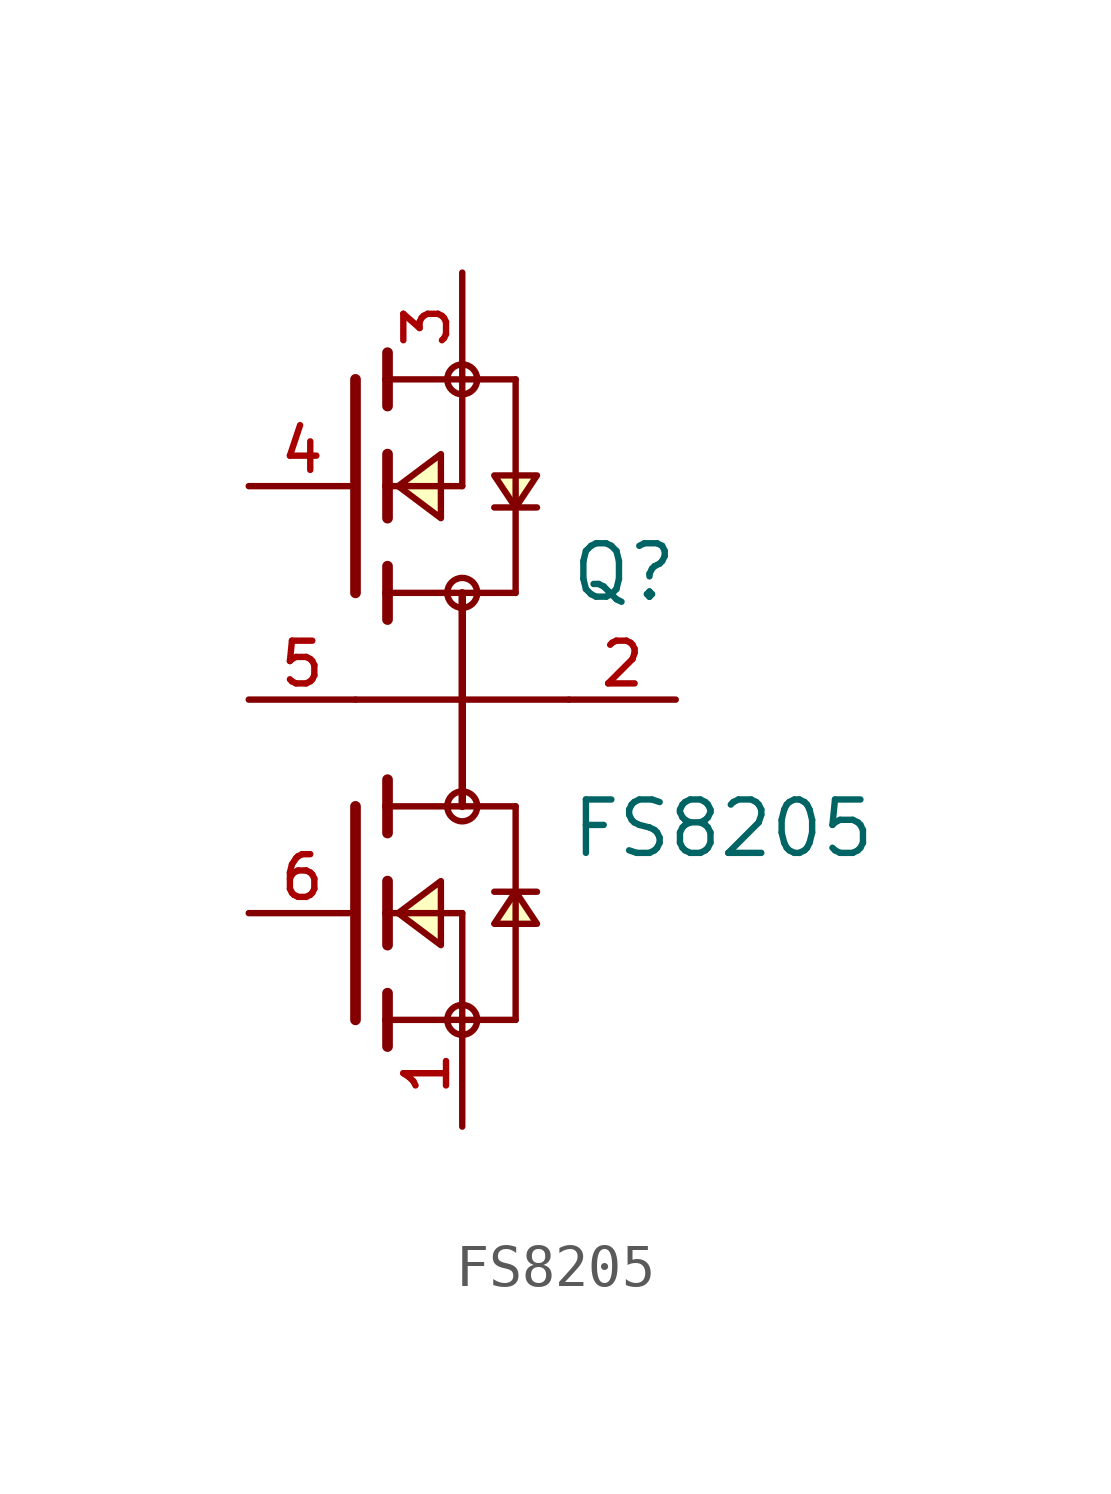
<source format=kicad_sym>
(kicad_symbol_lib
  (version 20211014)
  (generator kicad_symbol_editor)
  (symbol "FS8205"
    (pin_names
      (offset 1.016) hide)
    (property "Reference" "Q"
      (at 2.54 2.286 0)
      (effects (font (size 1.27 1.27)) (justify left bottom)))
    (property "Value" "FS8205"
      (at 2.54 -3.81 0)
      (effects (font (size 1.27 1.27)) (justify left bottom)))
    (symbol "FS8205_0_0"
      (circle (center 0 -7.62) (radius 0.356) (stroke (width 0) (type default) (color 0 0 0 0)) (fill (type none)))
      (circle (center 0 -2.54) (radius 0.356) (stroke (width 0) (type default) (color 0 0 0 0)) (fill (type none)))
      (polyline (pts (xy -2.54 -2.54) (xy -2.54 -7.62)) (stroke (width 0.254) (type default) (color 0 0 0 0)) (fill (type none)))
      (polyline (pts (xy -2.54 0) (xy 0 0)) (stroke (width 0.152) (type default) (color 0 0 0 0)) (fill (type none)))
      (polyline (pts (xy -2.54 2.54) (xy -2.54 7.62)) (stroke (width 0.254) (type default) (color 0 0 0 0)) (fill (type none)))
      (polyline (pts (xy -1.778 -7.62) (xy -1.778 -8.255)) (stroke (width 0.254) (type default) (color 0 0 0 0)) (fill (type none)))
      (polyline (pts (xy -1.778 -6.985) (xy -1.778 -7.62)) (stroke (width 0.254) (type default) (color 0 0 0 0)) (fill (type none)))
      (polyline (pts (xy -1.778 -5.08) (xy -1.778 -5.842)) (stroke (width 0.254) (type default) (color 0 0 0 0)) (fill (type none)))
      (polyline (pts (xy -1.778 -5.08) (xy 0 -5.08)) (stroke (width 0.152) (type default) (color 0 0 0 0)) (fill (type none)))
      (polyline (pts (xy -1.778 -4.318) (xy -1.778 -5.08)) (stroke (width 0.254) (type default) (color 0 0 0 0)) (fill (type none)))
      (polyline (pts (xy -1.778 -2.54) (xy -1.778 -3.175)) (stroke (width 0.254) (type default) (color 0 0 0 0)) (fill (type none)))
      (polyline (pts (xy -1.778 -2.54) (xy 0 -2.54)) (stroke (width 0.152) (type default) (color 0 0 0 0)) (fill (type none)))
      (polyline (pts (xy -1.778 -1.905) (xy -1.778 -2.54)) (stroke (width 0.254) (type default) (color 0 0 0 0)) (fill (type none)))
      (polyline (pts (xy -1.778 1.905) (xy -1.778 2.54)) (stroke (width 0.254) (type default) (color 0 0 0 0)) (fill (type none)))
      (polyline (pts (xy -1.778 2.54) (xy -1.778 3.175)) (stroke (width 0.254) (type default) (color 0 0 0 0)) (fill (type none)))
      (polyline (pts (xy -1.778 2.54) (xy 0 2.54)) (stroke (width 0.152) (type default) (color 0 0 0 0)) (fill (type none)))
      (polyline (pts (xy -1.778 4.318) (xy -1.778 5.08)) (stroke (width 0.254) (type default) (color 0 0 0 0)) (fill (type none)))
      (polyline (pts (xy -1.778 5.08) (xy -1.778 5.842)) (stroke (width 0.254) (type default) (color 0 0 0 0)) (fill (type none)))
      (polyline (pts (xy -1.778 5.08) (xy 0 5.08)) (stroke (width 0.152) (type default) (color 0 0 0 0)) (fill (type none)))
      (polyline (pts (xy -1.778 6.985) (xy -1.778 7.62)) (stroke (width 0.254) (type default) (color 0 0 0 0)) (fill (type none)))
      (polyline (pts (xy -1.778 7.62) (xy -1.778 8.255)) (stroke (width 0.254) (type default) (color 0 0 0 0)) (fill (type none)))
      (polyline (pts (xy 0 -7.62) (xy -1.778 -7.62)) (stroke (width 0.152) (type default) (color 0 0 0 0)) (fill (type none)))
      (polyline (pts (xy 0 -7.62) (xy 1.27 -7.62)) (stroke (width 0.152) (type default) (color 0 0 0 0)) (fill (type none)))
      (polyline (pts (xy 0 -5.08) (xy 0 -7.62)) (stroke (width 0.152) (type default) (color 0 0 0 0)) (fill (type none)))
      (polyline (pts (xy 0 -2.54) (xy 1.27 -2.54)) (stroke (width 0.152) (type default) (color 0 0 0 0)) (fill (type none)))
      (polyline (pts (xy 0 0) (xy 0 -2.54)) (stroke (width 0.178) (type default) (color 0 0 0 0)) (fill (type none)))
      (polyline (pts (xy 0 2.54) (xy 0 0)) (stroke (width 0.178) (type default) (color 0 0 0 0)) (fill (type none)))
      (polyline (pts (xy 0 2.54) (xy 1.27 2.54)) (stroke (width 0.152) (type default) (color 0 0 0 0)) (fill (type none)))
      (polyline (pts (xy 0 5.08) (xy 0 7.62)) (stroke (width 0.152) (type default) (color 0 0 0 0)) (fill (type none)))
      (polyline (pts (xy 0 7.62) (xy -1.778 7.62)) (stroke (width 0.152) (type default) (color 0 0 0 0)) (fill (type none)))
      (polyline (pts (xy 0 7.62) (xy 1.27 7.62)) (stroke (width 0.152) (type default) (color 0 0 0 0)) (fill (type none)))
      (polyline (pts (xy 1.27 -4.572) (xy 0.762 -4.572)) (stroke (width 0.152) (type default) (color 0 0 0 0)) (fill (type none)))
      (polyline (pts (xy 1.27 -4.572) (xy 1.27 -7.62)) (stroke (width 0.152) (type default) (color 0 0 0 0)) (fill (type none)))
      (polyline (pts (xy 1.27 -2.54) (xy 1.27 -4.572)) (stroke (width 0.152) (type default) (color 0 0 0 0)) (fill (type none)))
      (polyline (pts (xy 1.27 2.54) (xy 1.27 4.572)) (stroke (width 0.152) (type default) (color 0 0 0 0)) (fill (type none)))
      (polyline (pts (xy 1.27 4.572) (xy 0.762 4.572)) (stroke (width 0.152) (type default) (color 0 0 0 0)) (fill (type none)))
      (polyline (pts (xy 1.27 4.572) (xy 1.27 7.62)) (stroke (width 0.152) (type default) (color 0 0 0 0)) (fill (type none)))
      (polyline (pts (xy 1.778 -4.572) (xy 1.27 -4.572)) (stroke (width 0.152) (type default) (color 0 0 0 0)) (fill (type none)))
      (polyline (pts (xy 1.778 4.572) (xy 1.27 4.572)) (stroke (width 0.152) (type default) (color 0 0 0 0)) (fill (type none)))
      (polyline (pts (xy -1.524 -5.08) (xy -0.508 -4.318) (xy -0.508 -5.842) (xy -1.524 -5.08)) (stroke (width 0.152) (type default) (color 0 0 0 0)) (fill (type background)))
      (polyline (pts (xy -1.524 5.08) (xy -0.508 4.318) (xy -0.508 5.842) (xy -1.524 5.08)) (stroke (width 0.152) (type default) (color 0 0 0 0)) (fill (type background)))
      (polyline (pts (xy 1.27 -4.572) (xy 0.762 -5.334) (xy 1.778 -5.334) (xy 1.27 -4.572)) (stroke (width 0.152) (type default) (color 0 0 0 0)) (fill (type background)))
      (polyline (pts (xy 1.27 4.572) (xy 0.762 5.334) (xy 1.778 5.334) (xy 1.27 4.572)) (stroke (width 0.152) (type default) (color 0 0 0 0)) (fill (type background)))
      (circle (center 0 2.54) (radius 0.356) (stroke (width 0) (type default) (color 0 0 0 0)) (fill (type none)))
      (circle (center 0 7.62) (radius 0.356) (stroke (width 0) (type default) (color 0 0 0 0)) (fill (type none)))
      (pin passive line (at 0 -10.16 90) (length 2.54) (name "~" (effects (font (size 1.016 1.016)))) (number "1" (effects (font (size 1.016 1.016)))))
      (pin passive line (at 5.08 0 180) (length 2.54) (name "~" (effects (font (size 1.016 1.016)))) (number "2" (effects (font (size 1.016 1.016)))))
      (pin passive line (at 0 10.16 270) (length 2.54) (name "~" (effects (font (size 1.016 1.016)))) (number "3" (effects (font (size 1.016 1.016)))))
      (pin passive line (at -5.08 5.08 0) (length 2.54) (name "~" (effects (font (size 1.016 1.016)))) (number "4" (effects (font (size 1.016 1.016)))))
      (pin passive line (at -5.08 0 0) (length 2.54) (name "~" (effects (font (size 1.016 1.016)))) (number "5" (effects (font (size 1.016 1.016)))))
      (pin passive line (at -5.08 -5.08 0) (length 2.54) (name "~" (effects (font (size 1.016 1.016)))) (number "6" (effects (font (size 1.016 1.016))))))
    (symbol "FS8205_0_1"
      (polyline (pts (xy 0 0) (xy 2.54 0)) (stroke (width 0) (type default) (color 0 0 0 0)) (fill (type none))))))
</source>
